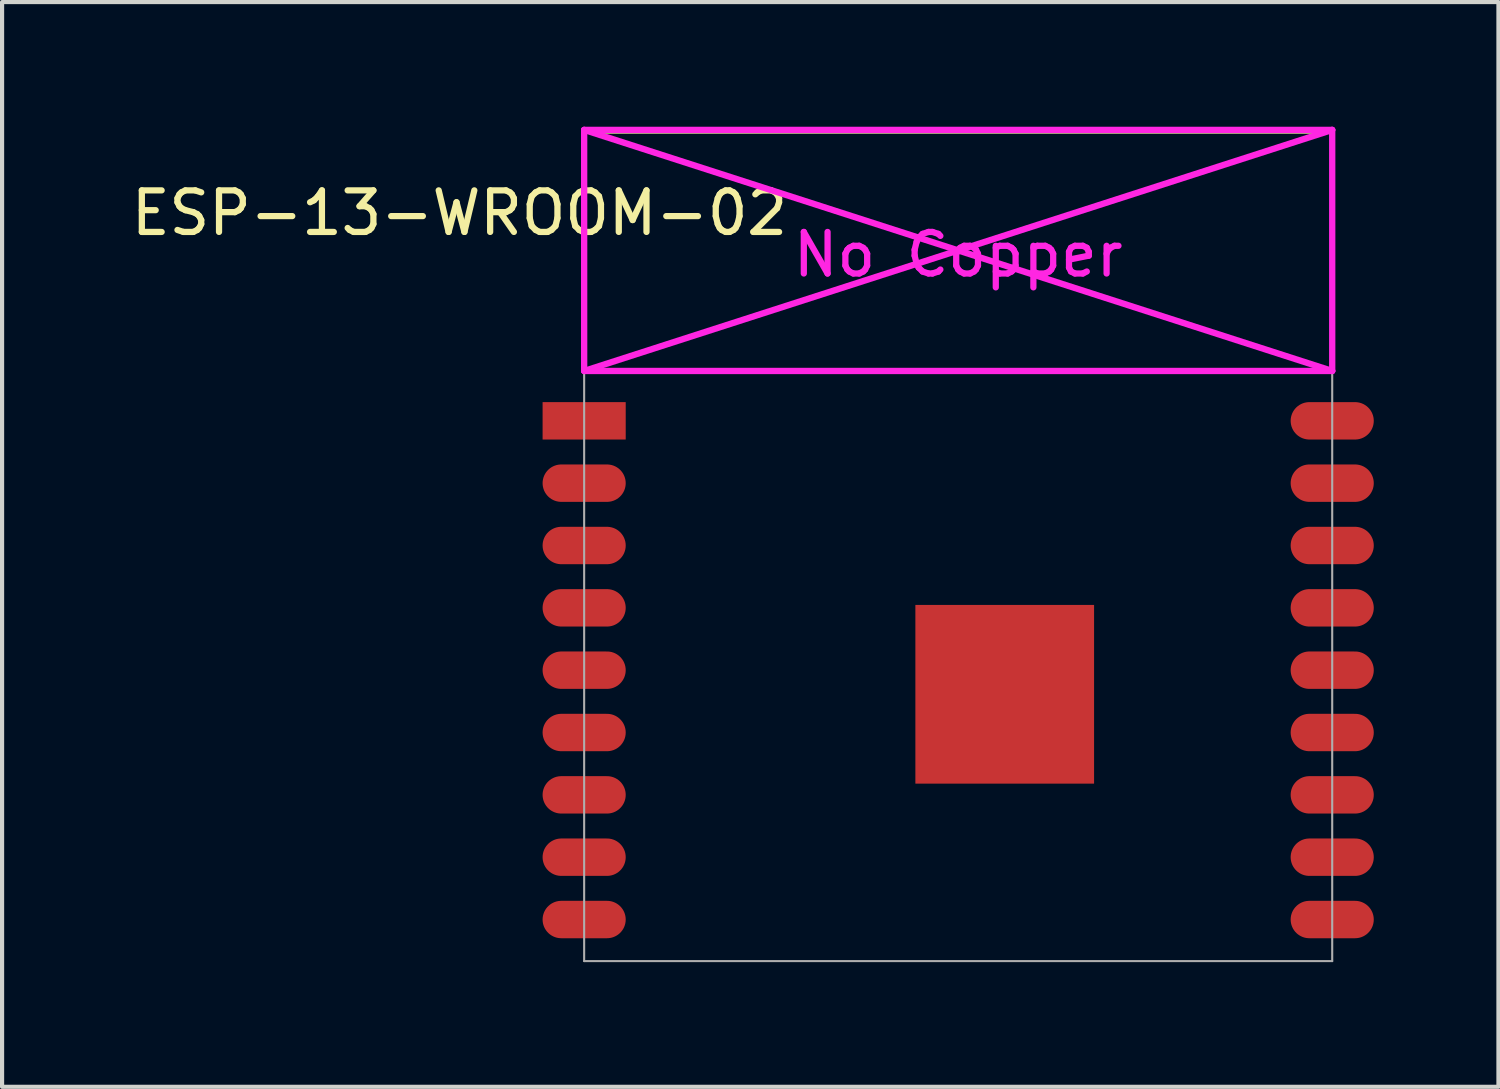
<source format=kicad_pcb>
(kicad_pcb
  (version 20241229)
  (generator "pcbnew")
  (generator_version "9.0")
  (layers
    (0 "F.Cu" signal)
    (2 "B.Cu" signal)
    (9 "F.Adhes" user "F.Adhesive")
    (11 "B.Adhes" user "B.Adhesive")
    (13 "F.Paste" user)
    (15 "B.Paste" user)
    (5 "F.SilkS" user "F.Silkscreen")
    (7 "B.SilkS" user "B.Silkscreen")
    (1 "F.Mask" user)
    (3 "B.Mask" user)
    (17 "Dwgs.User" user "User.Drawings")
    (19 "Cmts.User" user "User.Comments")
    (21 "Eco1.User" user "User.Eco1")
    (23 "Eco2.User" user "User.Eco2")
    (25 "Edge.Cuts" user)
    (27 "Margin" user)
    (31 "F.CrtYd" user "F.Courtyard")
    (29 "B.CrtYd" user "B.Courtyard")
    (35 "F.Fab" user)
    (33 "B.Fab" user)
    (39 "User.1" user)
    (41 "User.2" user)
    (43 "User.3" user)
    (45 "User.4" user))
  (footprint "ESP-13-WROOM-02"
    (layer "F.Cu")
    (at 11.006 7.076)
    (property "Reference" "ESP-13-WROOM-02" (at -3 -5 0) (layer "F.SilkS") (effects (font (size 1 1) (thickness 0.15))))
    (attr through_hole)
    (fp_line (start 17.971 -6.985) (end 0 -6.985) (stroke (width 0.152) (type solid)) (layer "F.SilkS"))
    (fp_line (start 0 -7) (end 0 -1.2) (stroke (width 0.152) (type solid)) (layer "F.CrtYd"))
    (fp_line (start 0 -7) (end 18 -1.2) (stroke (width 0.152) (type solid)) (layer "F.CrtYd"))
    (fp_line (start 0 -1.2) (end 18 -1.2) (stroke (width 0.152) (type solid)) (layer "F.CrtYd"))
    (fp_line (start 18 -7) (end 0 -7) (stroke (width 0.152) (type solid)) (layer "F.CrtYd"))
    (fp_line (start 18 -7) (end 0 -1.2) (stroke (width 0.152) (type solid)) (layer "F.CrtYd"))
    (fp_line (start 18 -1.2) (end 18 -7) (stroke (width 0.152) (type solid)) (layer "F.CrtYd"))
    (fp_line (start 0 -7) (end 18 -7) (stroke (width 0.05) (type solid)) (layer "F.Fab"))
    (fp_line (start 0 13) (end 0 -7) (stroke (width 0.05) (type solid)) (layer "F.Fab"))
    (fp_line (start 0 13) (end 18 13) (stroke (width 0.05) (type solid)) (layer "F.Fab"))
    (fp_line (start 18 -7) (end 18 13) (stroke (width 0.05) (type solid)) (layer "F.Fab"))
    (fp_text user "No Copper" (at 9 -4 0) (layer "F.CrtYd") (effects (font (size 1 1) (thickness 0.15))))
    (pad "1" smd rect (at 0 0) (size 2 0.9) (layers "F.Cu" "F.Mask" "F.Paste"))
    (pad "2" smd oval (at 0 1.5) (size 2 0.9) (layers "F.Cu" "F.Mask" "F.Paste"))
    (pad "3" smd oval (at 0 3) (size 2 0.9) (layers "F.Cu" "F.Mask" "F.Paste"))
    (pad "4" smd oval (at 0 4.5) (size 2 0.9) (layers "F.Cu" "F.Mask" "F.Paste"))
    (pad "5" smd oval (at 0 6) (size 2 0.9) (layers "F.Cu" "F.Mask" "F.Paste"))
    (pad "6" smd oval (at 0 7.5) (size 2 0.9) (layers "F.Cu" "F.Mask" "F.Paste"))
    (pad "7" smd oval (at 0 9) (size 2 0.9) (layers "F.Cu" "F.Mask" "F.Paste"))
    (pad "8" smd oval (at 0 10.5) (size 2 0.9) (layers "F.Cu" "F.Mask" "F.Paste"))
    (pad "9" smd oval (at 0 12) (size 2 0.9) (layers "F.Cu" "F.Mask" "F.Paste"))
    (pad "10" smd oval (at 18 12) (size 2 0.9) (layers "F.Cu" "F.Mask" "F.Paste"))
    (pad "11" smd oval (at 18 10.5) (size 2 0.9) (layers "F.Cu" "F.Mask" "F.Paste"))
    (pad "12" smd oval (at 18 9) (size 2 0.9) (layers "F.Cu" "F.Mask" "F.Paste"))
    (pad "13" smd oval (at 18 7.5) (size 2 0.9) (layers "F.Cu" "F.Mask" "F.Paste"))
    (pad "14" smd oval (at 18 6) (size 2 0.9) (layers "F.Cu" "F.Mask" "F.Paste"))
    (pad "15" smd oval (at 18 4.5) (size 2 0.9) (layers "F.Cu" "F.Mask" "F.Paste"))
    (pad "16" smd oval (at 18 3) (size 2 0.9) (layers "F.Cu" "F.Mask" "F.Paste"))
    (pad "17" smd oval (at 18 1.5) (size 2 0.9) (layers "F.Cu" "F.Mask" "F.Paste"))
    (pad "18" smd oval (at 18 0) (size 2 0.9) (layers "F.Cu" "F.Mask" "F.Paste"))
    (pad "PAD" smd rect (at 10.12 6.58) (size 4.3 4.3) (layers "F.Cu" "F.Mask" "F.Paste")))
  (gr_rect
    (start -3 -3)
    (end 33.006 23.101)
    (stroke (width 0.1) (type default))
    (fill no)
    (layer "Edge.Cuts")))
</source>
